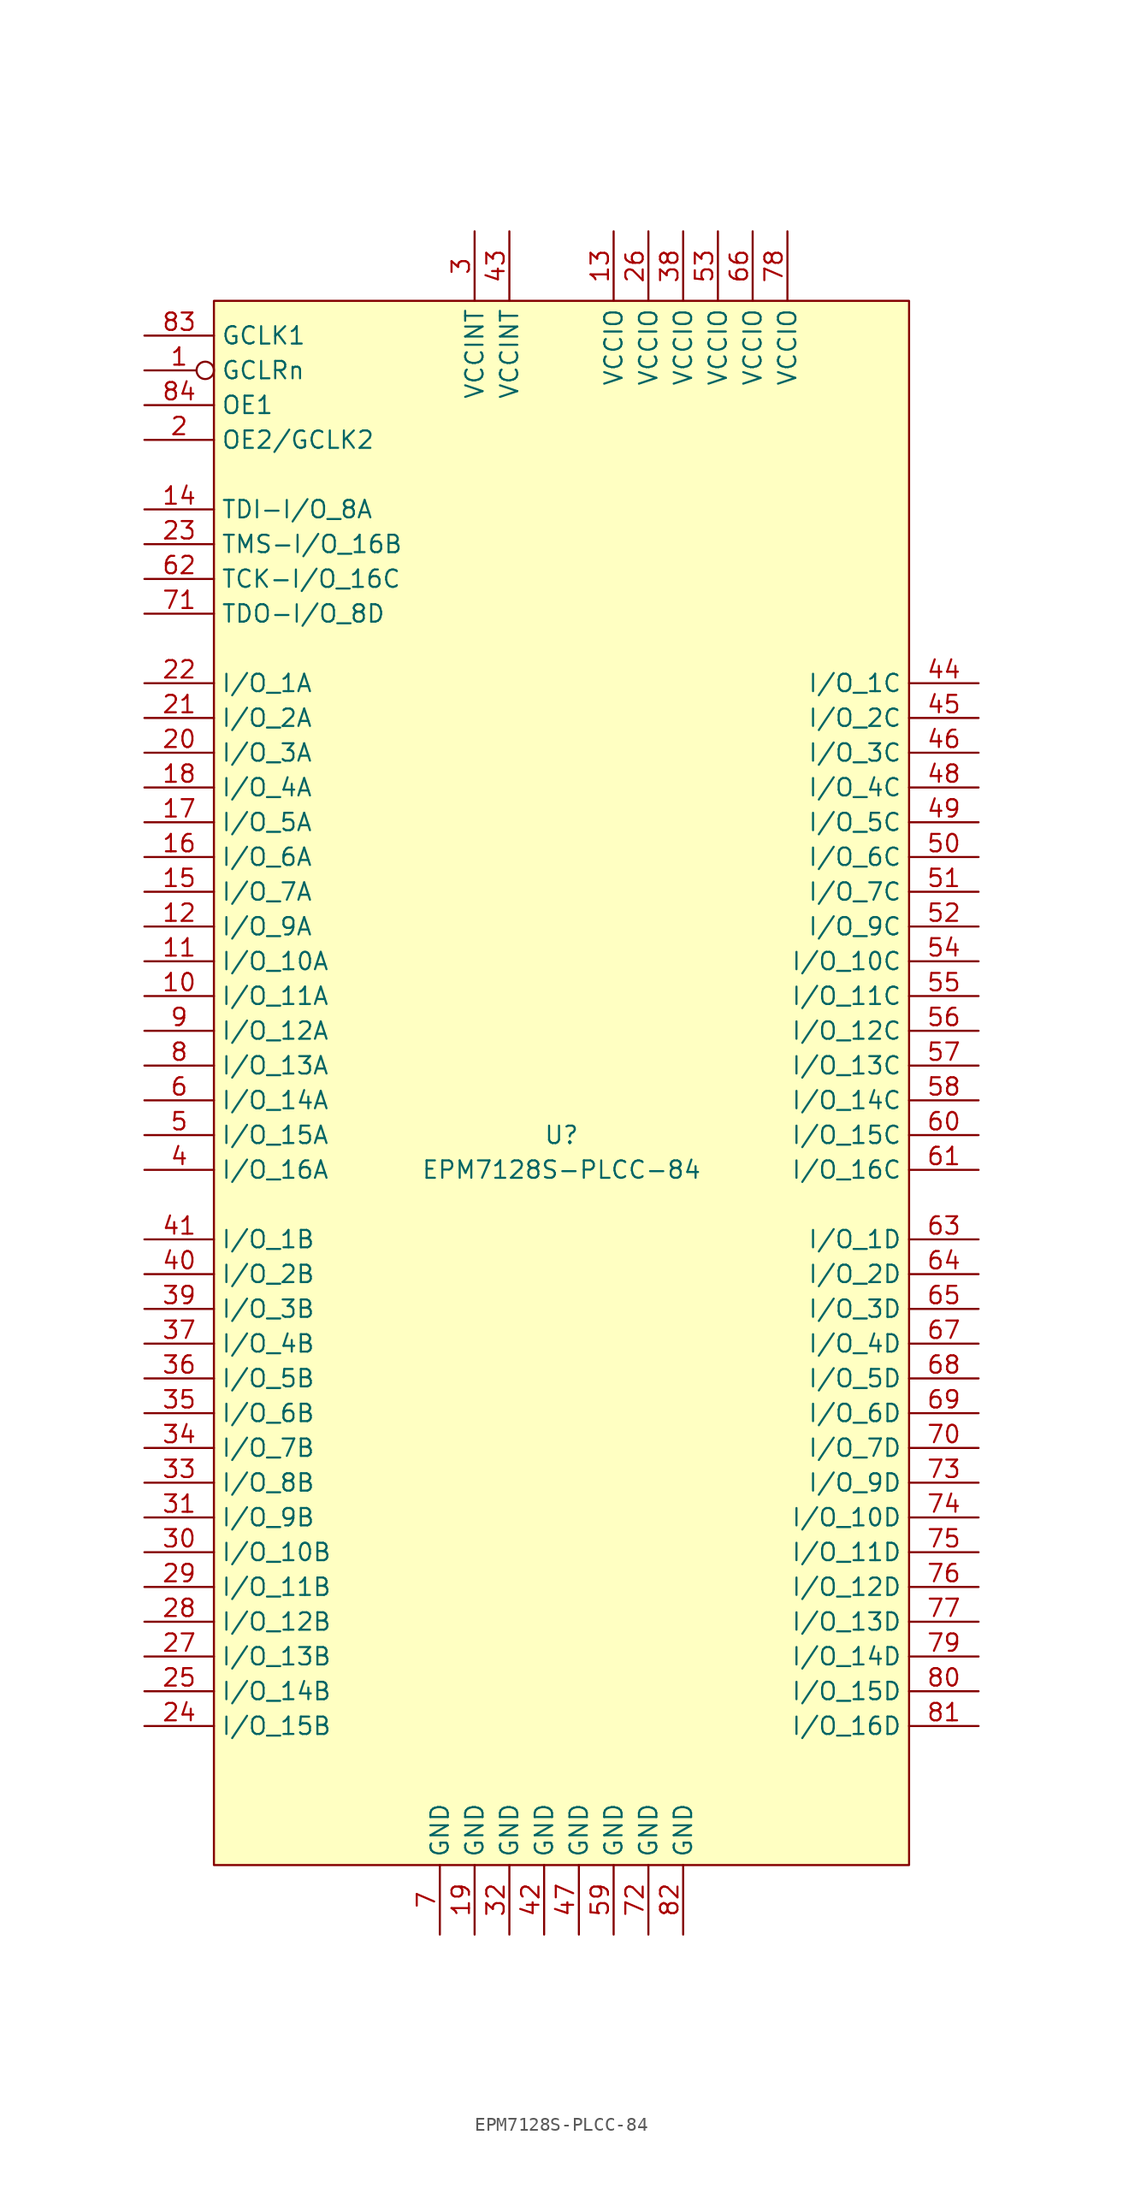
<source format=kicad_sym>
(kicad_symbol_lib
  (version 20211014)
  (generator kicad_symbol_editor)
  (symbol "EPM7128S-PLCC-84"
    (property "Reference" "U"
      (at 0 -3.81 0)
      (effects (font (size 1.27 1.27))))
    (property "Value" "EPM7128S-PLCC-84"
      (at 0 -6.35 0)
      (effects (font (size 1.27 1.27))))
    (symbol "EPM7128S-PLCC-84_0_1"
      (rectangle (start -25.4 57.15) (end 25.4 -57.15) (stroke (width 0) (type default) (color 0 0 0 0)) (fill (type background))))
    (symbol "EPM7128S-PLCC-84_1_1"
      (pin input inverted (at -30.48 52.07 0) (length 5.08) (name "GCLRn" (effects (font (size 1.27 1.27)))) (number "1" (effects (font (size 1.27 1.27)))))
      (pin bidirectional line (at -30.48 6.35 0) (length 5.08) (name "I/O_11A" (effects (font (size 1.27 1.27)))) (number "10" (effects (font (size 1.27 1.27)))))
      (pin bidirectional line (at -30.48 8.89 0) (length 5.08) (name "I/O_10A" (effects (font (size 1.27 1.27)))) (number "11" (effects (font (size 1.27 1.27)))))
      (pin bidirectional line (at -30.48 11.43 0) (length 5.08) (name "I/O_9A" (effects (font (size 1.27 1.27)))) (number "12" (effects (font (size 1.27 1.27)))))
      (pin power_in line (at 3.81 62.23 270) (length 5.08) (name "VCCIO" (effects (font (size 1.27 1.27)))) (number "13" (effects (font (size 1.27 1.27)))))
      (pin input line (at -30.48 41.91 0) (length 5.08) (name "TDI-I/O_8A" (effects (font (size 1.27 1.27)))) (number "14" (effects (font (size 1.27 1.27)))))
      (pin bidirectional line (at -30.48 13.97 0) (length 5.08) (name "I/O_7A" (effects (font (size 1.27 1.27)))) (number "15" (effects (font (size 1.27 1.27)))))
      (pin bidirectional line (at -30.48 16.51 0) (length 5.08) (name "I/O_6A" (effects (font (size 1.27 1.27)))) (number "16" (effects (font (size 1.27 1.27)))))
      (pin bidirectional line (at -30.48 19.05 0) (length 5.08) (name "I/O_5A" (effects (font (size 1.27 1.27)))) (number "17" (effects (font (size 1.27 1.27)))))
      (pin bidirectional line (at -30.48 21.59 0) (length 5.08) (name "I/O_4A" (effects (font (size 1.27 1.27)))) (number "18" (effects (font (size 1.27 1.27)))))
      (pin power_in line (at -6.35 -62.23 90) (length 5.08) (name "GND" (effects (font (size 1.27 1.27)))) (number "19" (effects (font (size 1.27 1.27)))))
      (pin input line (at -30.48 46.99 0) (length 5.08) (name "OE2/GCLK2" (effects (font (size 1.27 1.27)))) (number "2" (effects (font (size 1.27 1.27)))))
      (pin bidirectional line (at -30.48 24.13 0) (length 5.08) (name "I/O_3A" (effects (font (size 1.27 1.27)))) (number "20" (effects (font (size 1.27 1.27)))))
      (pin bidirectional line (at -30.48 26.67 0) (length 5.08) (name "I/O_2A" (effects (font (size 1.27 1.27)))) (number "21" (effects (font (size 1.27 1.27)))))
      (pin bidirectional line (at -30.48 29.21 0) (length 5.08) (name "I/O_1A" (effects (font (size 1.27 1.27)))) (number "22" (effects (font (size 1.27 1.27)))))
      (pin input line (at -30.48 39.37 0) (length 5.08) (name "TMS-I/O_16B" (effects (font (size 1.27 1.27)))) (number "23" (effects (font (size 1.27 1.27)))))
      (pin bidirectional line (at -30.48 -46.99 0) (length 5.08) (name "I/O_15B" (effects (font (size 1.27 1.27)))) (number "24" (effects (font (size 1.27 1.27)))))
      (pin bidirectional line (at -30.48 -44.45 0) (length 5.08) (name "I/O_14B" (effects (font (size 1.27 1.27)))) (number "25" (effects (font (size 1.27 1.27)))))
      (pin power_in line (at 6.35 62.23 270) (length 5.08) (name "VCCIO" (effects (font (size 1.27 1.27)))) (number "26" (effects (font (size 1.27 1.27)))))
      (pin bidirectional line (at -30.48 -41.91 0) (length 5.08) (name "I/O_13B" (effects (font (size 1.27 1.27)))) (number "27" (effects (font (size 1.27 1.27)))))
      (pin bidirectional line (at -30.48 -39.37 0) (length 5.08) (name "I/O_12B" (effects (font (size 1.27 1.27)))) (number "28" (effects (font (size 1.27 1.27)))))
      (pin bidirectional line (at -30.48 -36.83 0) (length 5.08) (name "I/O_11B" (effects (font (size 1.27 1.27)))) (number "29" (effects (font (size 1.27 1.27)))))
      (pin power_in line (at -6.35 62.23 270) (length 5.08) (name "VCCINT" (effects (font (size 1.27 1.27)))) (number "3" (effects (font (size 1.27 1.27)))))
      (pin bidirectional line (at -30.48 -34.29 0) (length 5.08) (name "I/O_10B" (effects (font (size 1.27 1.27)))) (number "30" (effects (font (size 1.27 1.27)))))
      (pin bidirectional line (at -30.48 -31.75 0) (length 5.08) (name "I/O_9B" (effects (font (size 1.27 1.27)))) (number "31" (effects (font (size 1.27 1.27)))))
      (pin power_in line (at -3.81 -62.23 90) (length 5.08) (name "GND" (effects (font (size 1.27 1.27)))) (number "32" (effects (font (size 1.27 1.27)))))
      (pin bidirectional line (at -30.48 -29.21 0) (length 5.08) (name "I/O_8B" (effects (font (size 1.27 1.27)))) (number "33" (effects (font (size 1.27 1.27)))))
      (pin bidirectional line (at -30.48 -26.67 0) (length 5.08) (name "I/O_7B" (effects (font (size 1.27 1.27)))) (number "34" (effects (font (size 1.27 1.27)))))
      (pin bidirectional line (at -30.48 -24.13 0) (length 5.08) (name "I/O_6B" (effects (font (size 1.27 1.27)))) (number "35" (effects (font (size 1.27 1.27)))))
      (pin bidirectional line (at -30.48 -21.59 0) (length 5.08) (name "I/O_5B" (effects (font (size 1.27 1.27)))) (number "36" (effects (font (size 1.27 1.27)))))
      (pin bidirectional line (at -30.48 -19.05 0) (length 5.08) (name "I/O_4B" (effects (font (size 1.27 1.27)))) (number "37" (effects (font (size 1.27 1.27)))))
      (pin power_in line (at 8.89 62.23 270) (length 5.08) (name "VCCIO" (effects (font (size 1.27 1.27)))) (number "38" (effects (font (size 1.27 1.27)))))
      (pin bidirectional line (at -30.48 -16.51 0) (length 5.08) (name "I/O_3B" (effects (font (size 1.27 1.27)))) (number "39" (effects (font (size 1.27 1.27)))))
      (pin bidirectional line (at -30.48 -6.35 0) (length 5.08) (name "I/O_16A" (effects (font (size 1.27 1.27)))) (number "4" (effects (font (size 1.27 1.27)))))
      (pin bidirectional line (at -30.48 -13.97 0) (length 5.08) (name "I/O_2B" (effects (font (size 1.27 1.27)))) (number "40" (effects (font (size 1.27 1.27)))))
      (pin bidirectional line (at -30.48 -11.43 0) (length 5.08) (name "I/O_1B" (effects (font (size 1.27 1.27)))) (number "41" (effects (font (size 1.27 1.27)))))
      (pin power_in line (at -1.27 -62.23 90) (length 5.08) (name "GND" (effects (font (size 1.27 1.27)))) (number "42" (effects (font (size 1.27 1.27)))))
      (pin power_in line (at -3.81 62.23 270) (length 5.08) (name "VCCINT" (effects (font (size 1.27 1.27)))) (number "43" (effects (font (size 1.27 1.27)))))
      (pin bidirectional line (at 30.48 29.21 180) (length 5.08) (name "I/O_1C" (effects (font (size 1.27 1.27)))) (number "44" (effects (font (size 1.27 1.27)))))
      (pin bidirectional line (at 30.48 26.67 180) (length 5.08) (name "I/O_2C" (effects (font (size 1.27 1.27)))) (number "45" (effects (font (size 1.27 1.27)))))
      (pin bidirectional line (at 30.48 24.13 180) (length 5.08) (name "I/O_3C" (effects (font (size 1.27 1.27)))) (number "46" (effects (font (size 1.27 1.27)))))
      (pin power_in line (at 1.27 -62.23 90) (length 5.08) (name "GND" (effects (font (size 1.27 1.27)))) (number "47" (effects (font (size 1.27 1.27)))))
      (pin bidirectional line (at 30.48 21.59 180) (length 5.08) (name "I/O_4C" (effects (font (size 1.27 1.27)))) (number "48" (effects (font (size 1.27 1.27)))))
      (pin bidirectional line (at 30.48 19.05 180) (length 5.08) (name "I/O_5C" (effects (font (size 1.27 1.27)))) (number "49" (effects (font (size 1.27 1.27)))))
      (pin bidirectional line (at -30.48 -3.81 0) (length 5.08) (name "I/O_15A" (effects (font (size 1.27 1.27)))) (number "5" (effects (font (size 1.27 1.27)))))
      (pin bidirectional line (at 30.48 16.51 180) (length 5.08) (name "I/O_6C" (effects (font (size 1.27 1.27)))) (number "50" (effects (font (size 1.27 1.27)))))
      (pin bidirectional line (at 30.48 13.97 180) (length 5.08) (name "I/O_7C" (effects (font (size 1.27 1.27)))) (number "51" (effects (font (size 1.27 1.27)))))
      (pin bidirectional line (at 30.48 11.43 180) (length 5.08) (name "I/O_9C" (effects (font (size 1.27 1.27)))) (number "52" (effects (font (size 1.27 1.27)))))
      (pin power_in line (at 11.43 62.23 270) (length 5.08) (name "VCCIO" (effects (font (size 1.27 1.27)))) (number "53" (effects (font (size 1.27 1.27)))))
      (pin bidirectional line (at 30.48 8.89 180) (length 5.08) (name "I/O_10C" (effects (font (size 1.27 1.27)))) (number "54" (effects (font (size 1.27 1.27)))))
      (pin bidirectional line (at 30.48 6.35 180) (length 5.08) (name "I/O_11C" (effects (font (size 1.27 1.27)))) (number "55" (effects (font (size 1.27 1.27)))))
      (pin bidirectional line (at 30.48 3.81 180) (length 5.08) (name "I/O_12C" (effects (font (size 1.27 1.27)))) (number "56" (effects (font (size 1.27 1.27)))))
      (pin bidirectional line (at 30.48 1.27 180) (length 5.08) (name "I/O_13C" (effects (font (size 1.27 1.27)))) (number "57" (effects (font (size 1.27 1.27)))))
      (pin bidirectional line (at 30.48 -1.27 180) (length 5.08) (name "I/O_14C" (effects (font (size 1.27 1.27)))) (number "58" (effects (font (size 1.27 1.27)))))
      (pin power_in line (at 3.81 -62.23 90) (length 5.08) (name "GND" (effects (font (size 1.27 1.27)))) (number "59" (effects (font (size 1.27 1.27)))))
      (pin bidirectional line (at -30.48 -1.27 0) (length 5.08) (name "I/O_14A" (effects (font (size 1.27 1.27)))) (number "6" (effects (font (size 1.27 1.27)))))
      (pin bidirectional line (at 30.48 -3.81 180) (length 5.08) (name "I/O_15C" (effects (font (size 1.27 1.27)))) (number "60" (effects (font (size 1.27 1.27)))))
      (pin bidirectional line (at 30.48 -6.35 180) (length 5.08) (name "I/O_16C" (effects (font (size 1.27 1.27)))) (number "61" (effects (font (size 1.27 1.27)))))
      (pin input line (at -30.48 36.83 0) (length 5.08) (name "TCK-I/O_16C" (effects (font (size 1.27 1.27)))) (number "62" (effects (font (size 1.27 1.27)))))
      (pin bidirectional line (at 30.48 -11.43 180) (length 5.08) (name "I/O_1D" (effects (font (size 1.27 1.27)))) (number "63" (effects (font (size 1.27 1.27)))))
      (pin bidirectional line (at 30.48 -13.97 180) (length 5.08) (name "I/O_2D" (effects (font (size 1.27 1.27)))) (number "64" (effects (font (size 1.27 1.27)))))
      (pin bidirectional line (at 30.48 -16.51 180) (length 5.08) (name "I/O_3D" (effects (font (size 1.27 1.27)))) (number "65" (effects (font (size 1.27 1.27)))))
      (pin power_in line (at 13.97 62.23 270) (length 5.08) (name "VCCIO" (effects (font (size 1.27 1.27)))) (number "66" (effects (font (size 1.27 1.27)))))
      (pin bidirectional line (at 30.48 -19.05 180) (length 5.08) (name "I/O_4D" (effects (font (size 1.27 1.27)))) (number "67" (effects (font (size 1.27 1.27)))))
      (pin bidirectional line (at 30.48 -21.59 180) (length 5.08) (name "I/O_5D" (effects (font (size 1.27 1.27)))) (number "68" (effects (font (size 1.27 1.27)))))
      (pin bidirectional line (at 30.48 -24.13 180) (length 5.08) (name "I/O_6D" (effects (font (size 1.27 1.27)))) (number "69" (effects (font (size 1.27 1.27)))))
      (pin power_in line (at -8.89 -62.23 90) (length 5.08) (name "GND" (effects (font (size 1.27 1.27)))) (number "7" (effects (font (size 1.27 1.27)))))
      (pin bidirectional line (at 30.48 -26.67 180) (length 5.08) (name "I/O_7D" (effects (font (size 1.27 1.27)))) (number "70" (effects (font (size 1.27 1.27)))))
      (pin output line (at -30.48 34.29 0) (length 5.08) (name "TDO-I/O_8D" (effects (font (size 1.27 1.27)))) (number "71" (effects (font (size 1.27 1.27)))))
      (pin power_in line (at 6.35 -62.23 90) (length 5.08) (name "GND" (effects (font (size 1.27 1.27)))) (number "72" (effects (font (size 1.27 1.27)))))
      (pin bidirectional line (at 30.48 -29.21 180) (length 5.08) (name "I/O_9D" (effects (font (size 1.27 1.27)))) (number "73" (effects (font (size 1.27 1.27)))))
      (pin bidirectional line (at 30.48 -31.75 180) (length 5.08) (name "I/O_10D" (effects (font (size 1.27 1.27)))) (number "74" (effects (font (size 1.27 1.27)))))
      (pin bidirectional line (at 30.48 -34.29 180) (length 5.08) (name "I/O_11D" (effects (font (size 1.27 1.27)))) (number "75" (effects (font (size 1.27 1.27)))))
      (pin bidirectional line (at 30.48 -36.83 180) (length 5.08) (name "I/O_12D" (effects (font (size 1.27 1.27)))) (number "76" (effects (font (size 1.27 1.27)))))
      (pin bidirectional line (at 30.48 -39.37 180) (length 5.08) (name "I/O_13D" (effects (font (size 1.27 1.27)))) (number "77" (effects (font (size 1.27 1.27)))))
      (pin power_in line (at 16.51 62.23 270) (length 5.08) (name "VCCIO" (effects (font (size 1.27 1.27)))) (number "78" (effects (font (size 1.27 1.27)))))
      (pin bidirectional line (at 30.48 -41.91 180) (length 5.08) (name "I/O_14D" (effects (font (size 1.27 1.27)))) (number "79" (effects (font (size 1.27 1.27)))))
      (pin bidirectional line (at -30.48 1.27 0) (length 5.08) (name "I/O_13A" (effects (font (size 1.27 1.27)))) (number "8" (effects (font (size 1.27 1.27)))))
      (pin bidirectional line (at 30.48 -44.45 180) (length 5.08) (name "I/O_15D" (effects (font (size 1.27 1.27)))) (number "80" (effects (font (size 1.27 1.27)))))
      (pin bidirectional line (at 30.48 -46.99 180) (length 5.08) (name "I/O_16D" (effects (font (size 1.27 1.27)))) (number "81" (effects (font (size 1.27 1.27)))))
      (pin power_in line (at 8.89 -62.23 90) (length 5.08) (name "GND" (effects (font (size 1.27 1.27)))) (number "82" (effects (font (size 1.27 1.27)))))
      (pin input line (at -30.48 54.61 0) (length 5.08) (name "GCLK1" (effects (font (size 1.27 1.27)))) (number "83" (effects (font (size 1.27 1.27)))))
      (pin input line (at -30.48 49.53 0) (length 5.08) (name "OE1" (effects (font (size 1.27 1.27)))) (number "84" (effects (font (size 1.27 1.27)))))
      (pin bidirectional line (at -30.48 3.81 0) (length 5.08) (name "I/O_12A" (effects (font (size 1.27 1.27)))) (number "9" (effects (font (size 1.27 1.27))))))))
</source>
